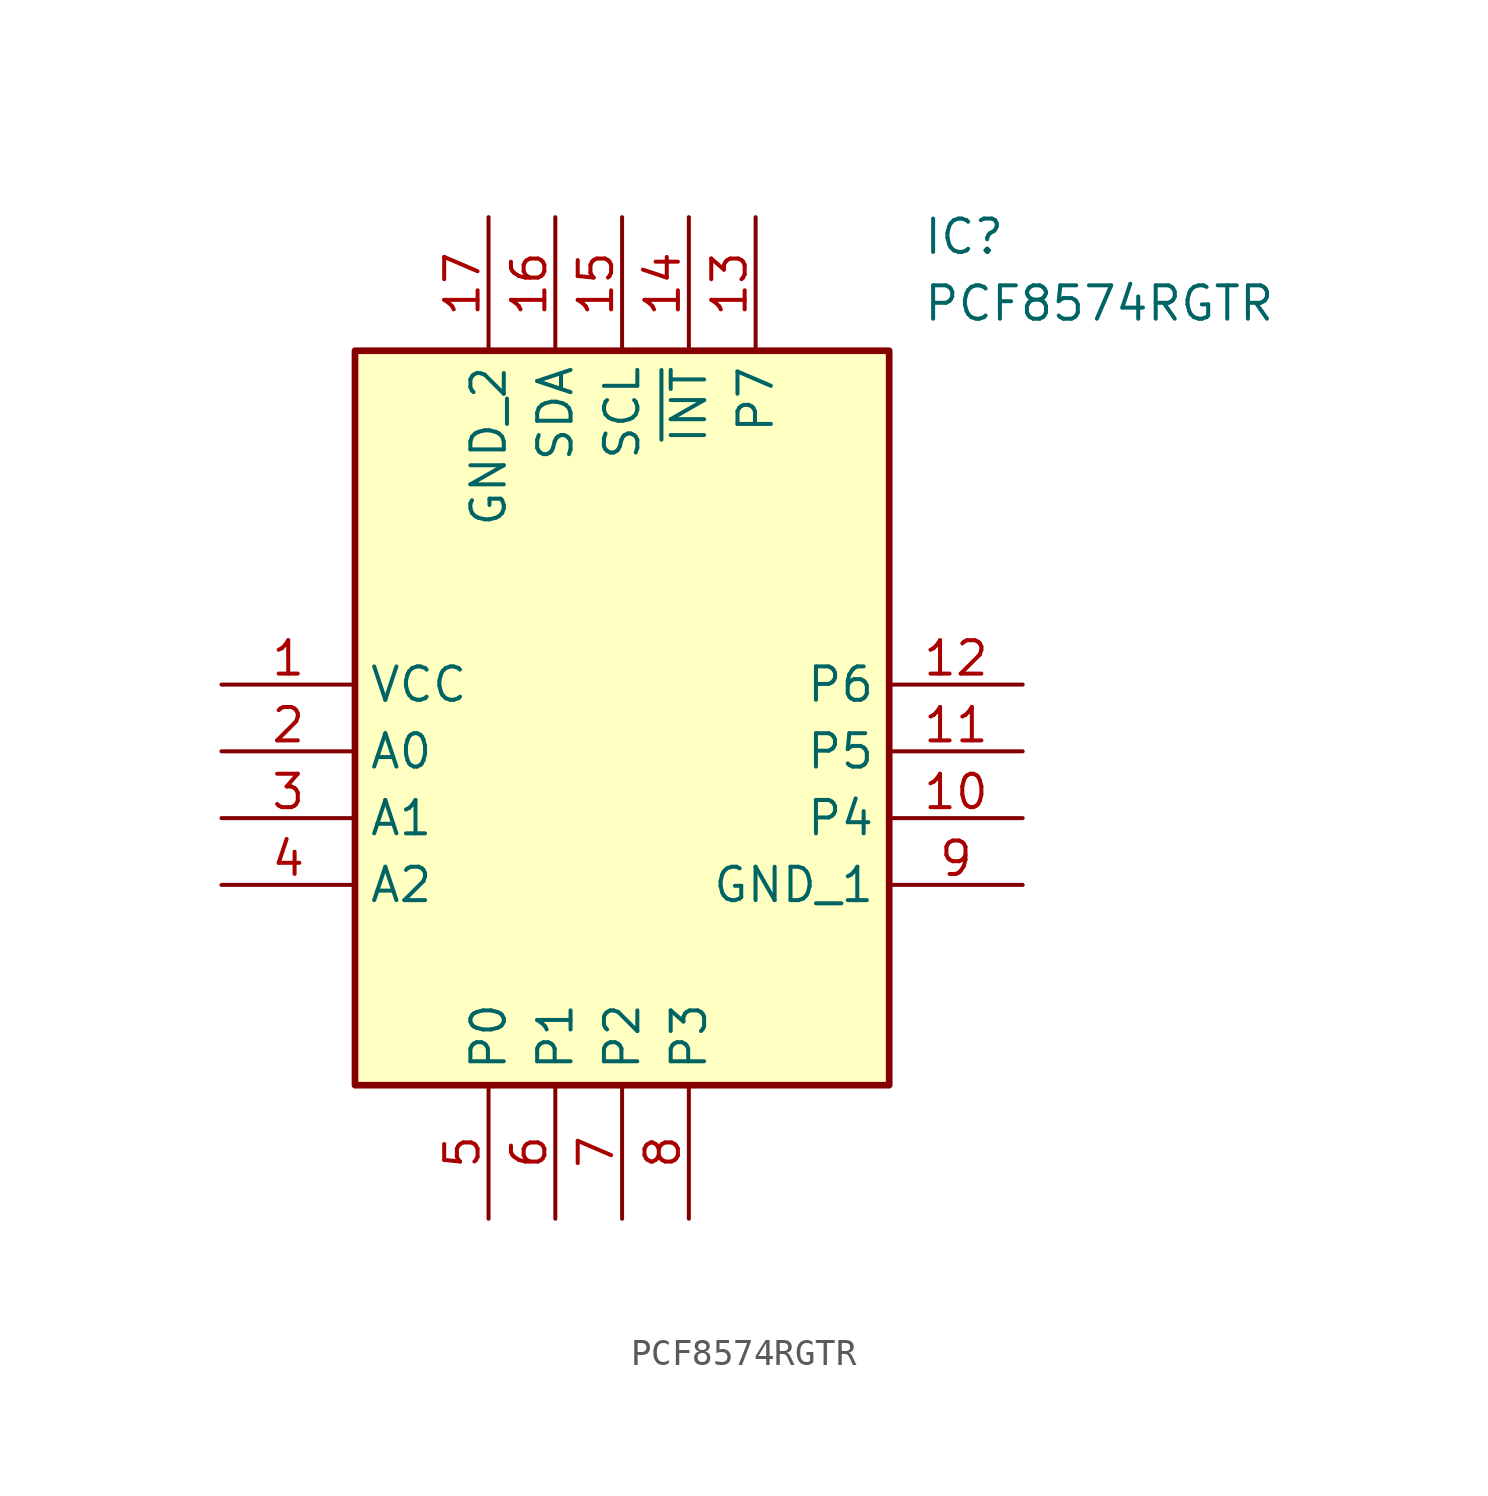
<source format=kicad_sym>
(kicad_symbol_lib
  (version 20211014)
  (generator SamacSys_ECAD_Model)
  (symbol "PCF8574RGTR"
    (property "Reference" "IC"
      (at 26.67 17.78 0)
      (effects (font (size 1.27 1.27)) (justify left top)))
    (property "Value" "PCF8574RGTR"
      (at 26.67 15.24 0)
      (effects (font (size 1.27 1.27)) (justify left top)))
    (rectangle
      (start 5.08 12.7)
      (end 25.4 -15.24)
      (stroke (width 0.254) (type default))
      (fill (type background)))
    (pin passive line
      (at 0 0 0)
      (length 5.08)
      (name "VCC" (effects (font (size 1.27 1.27))))
      (number "1" (effects (font (size 1.27 1.27)))))
    (pin passive line
      (at 0 -2.54 0)
      (length 5.08)
      (name "A0" (effects (font (size 1.27 1.27))))
      (number "2" (effects (font (size 1.27 1.27)))))
    (pin passive line
      (at 0 -5.08 0)
      (length 5.08)
      (name "A1" (effects (font (size 1.27 1.27))))
      (number "3" (effects (font (size 1.27 1.27)))))
    (pin passive line
      (at 0 -7.62 0)
      (length 5.08)
      (name "A2" (effects (font (size 1.27 1.27))))
      (number "4" (effects (font (size 1.27 1.27)))))
    (pin passive line
      (at 10.16 -20.32 90)
      (length 5.08)
      (name "P0" (effects (font (size 1.27 1.27))))
      (number "5" (effects (font (size 1.27 1.27)))))
    (pin passive line
      (at 12.7 -20.32 90)
      (length 5.08)
      (name "P1" (effects (font (size 1.27 1.27))))
      (number "6" (effects (font (size 1.27 1.27)))))
    (pin passive line
      (at 15.24 -20.32 90)
      (length 5.08)
      (name "P2" (effects (font (size 1.27 1.27))))
      (number "7" (effects (font (size 1.27 1.27)))))
    (pin passive line
      (at 17.78 -20.32 90)
      (length 5.08)
      (name "P3" (effects (font (size 1.27 1.27))))
      (number "8" (effects (font (size 1.27 1.27)))))
    (pin passive line
      (at 30.48 0 180)
      (length 5.08)
      (name "P6" (effects (font (size 1.27 1.27))))
      (number "12" (effects (font (size 1.27 1.27)))))
    (pin passive line
      (at 30.48 -2.54 180)
      (length 5.08)
      (name "P5" (effects (font (size 1.27 1.27))))
      (number "11" (effects (font (size 1.27 1.27)))))
    (pin passive line
      (at 30.48 -5.08 180)
      (length 5.08)
      (name "P4" (effects (font (size 1.27 1.27))))
      (number "10" (effects (font (size 1.27 1.27)))))
    (pin passive line
      (at 30.48 -7.62 180)
      (length 5.08)
      (name "GND_1" (effects (font (size 1.27 1.27))))
      (number "9" (effects (font (size 1.27 1.27)))))
    (pin passive line
      (at 10.16 17.78 270)
      (length 5.08)
      (name "GND_2" (effects (font (size 1.27 1.27))))
      (number "17" (effects (font (size 1.27 1.27)))))
    (pin passive line
      (at 12.7 17.78 270)
      (length 5.08)
      (name "SDA" (effects (font (size 1.27 1.27))))
      (number "16" (effects (font (size 1.27 1.27)))))
    (pin passive line
      (at 15.24 17.78 270)
      (length 5.08)
      (name "SCL" (effects (font (size 1.27 1.27))))
      (number "15" (effects (font (size 1.27 1.27)))))
    (pin passive line
      (at 17.78 17.78 270)
      (length 5.08)
      (name "~{INT}" (effects (font (size 1.27 1.27))))
      (number "14" (effects (font (size 1.27 1.27)))))
    (pin passive line
      (at 20.32 17.78 270)
      (length 5.08)
      (name "P7" (effects (font (size 1.27 1.27))))
      (number "13" (effects (font (size 1.27 1.27)))))))
</source>
